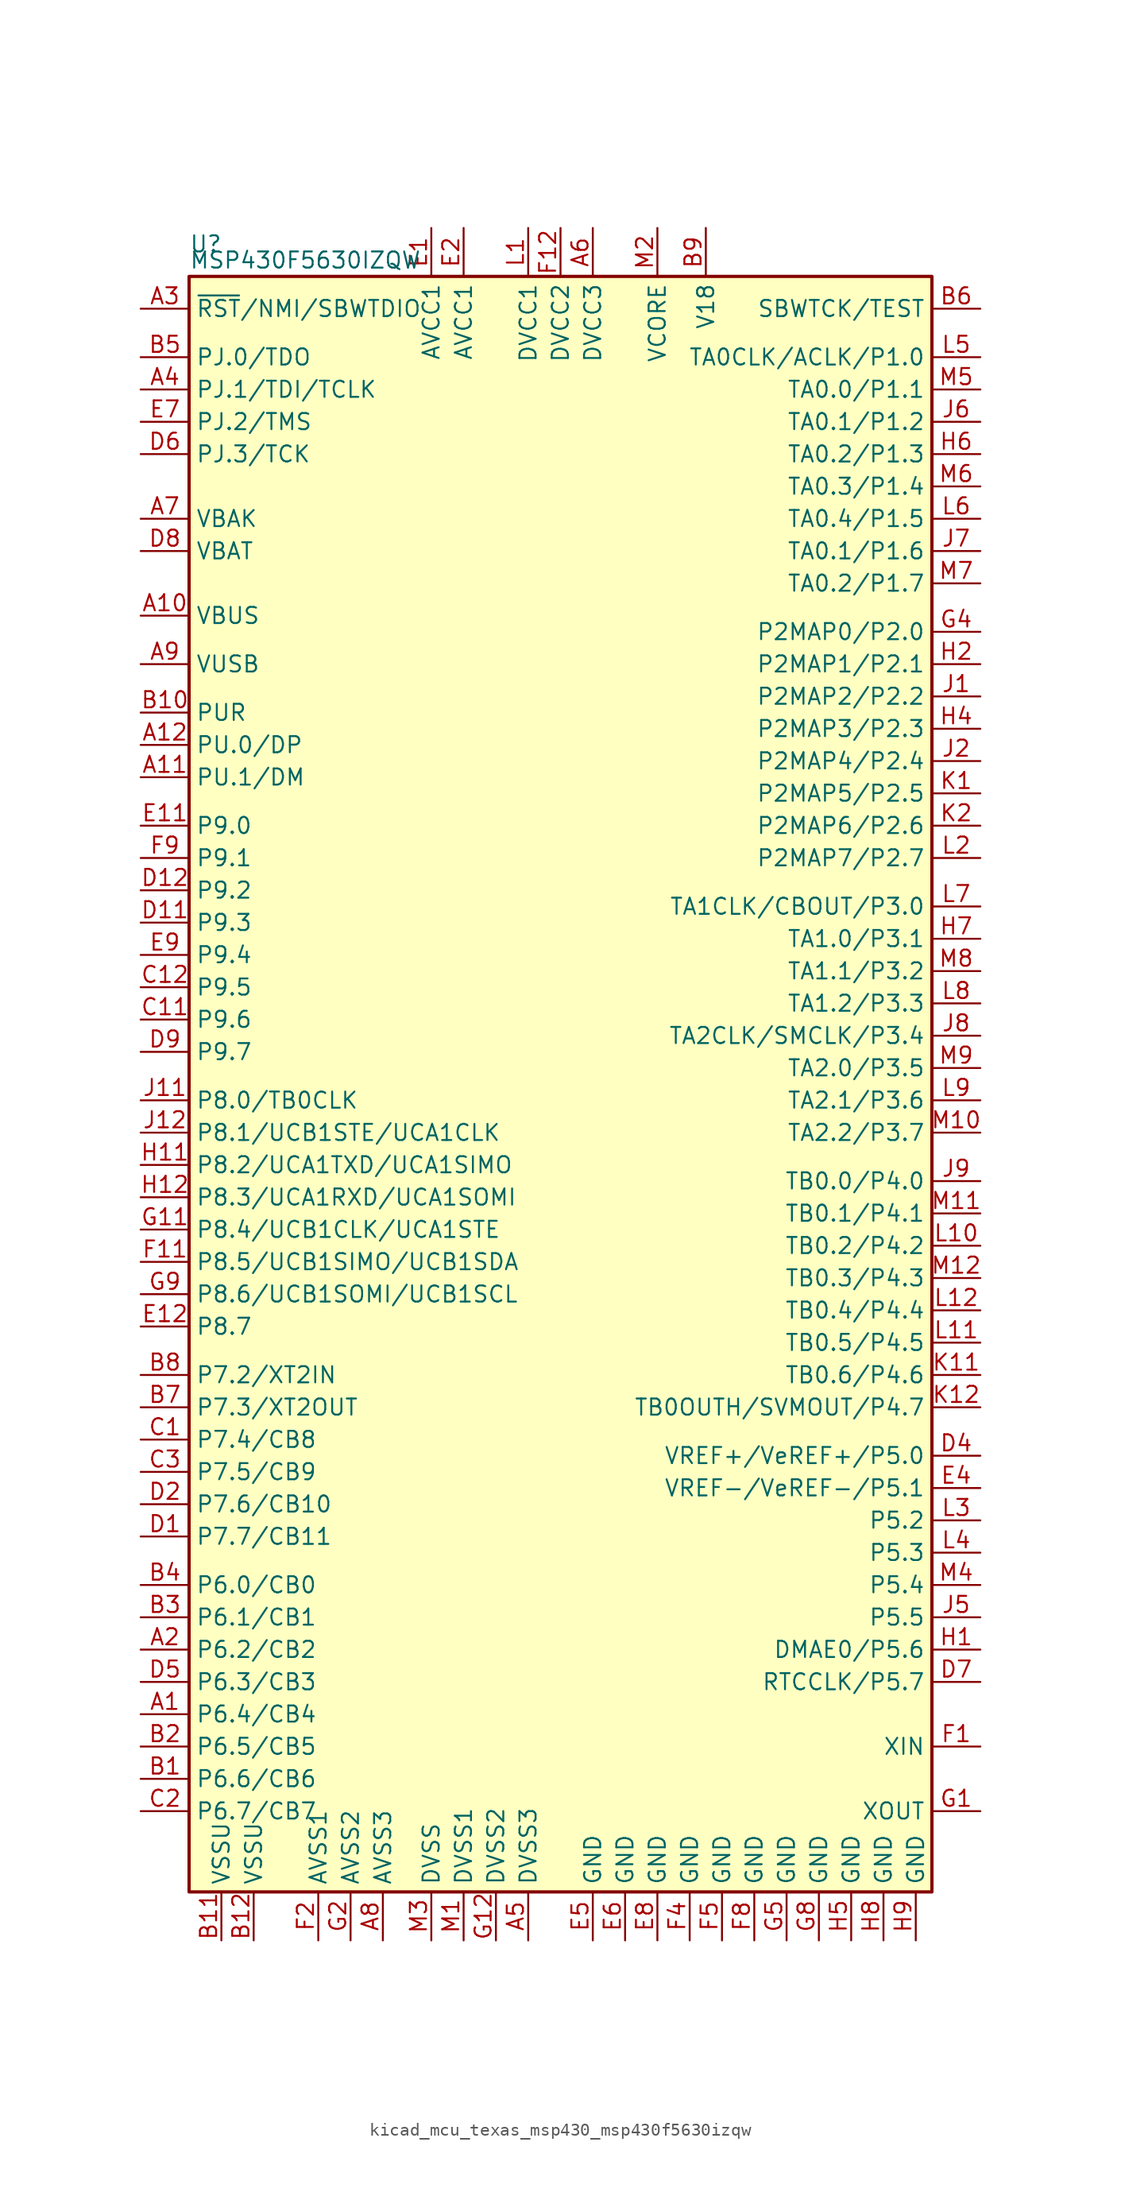
<source format=kicad_sym>
(kicad_symbol_lib
  (version 20220914)
  (generator kicad_symbol_editor)
  (symbol "kicad_mcu_texas_msp430_msp430f5630izqw"
    (property "Reference" "U"
      (at -29.21 66.04 0)
      (effects (font (size 1.27 1.27)) (justify left)))
    (property "Value" "MSP430F5630IZQW"
      (at -29.21 64.77 0)
      (effects (font (size 1.27 1.27)) (justify left)))
    (symbol "kicad_mcu_texas_msp430_msp430f5630izqw_0_1"
      (rectangle (start -29.21 63.5) (end 29.21 -63.5) (stroke (width 0.254) (type default)) (fill (type background))))
    (symbol "kicad_mcu_texas_msp430_msp430f5630izqw_1_1"
      (pin bidirectional line (at -33.02 -49.53 0) (length 3.81) (name "P6.4/CB4" (effects (font (size 1.27 1.27)))) (number "A1" (effects (font (size 1.27 1.27)))))
      (pin bidirectional line (at -33.02 36.83 0) (length 3.81) (name "VBUS" (effects (font (size 1.27 1.27)))) (number "A10" (effects (font (size 1.27 1.27)))))
      (pin bidirectional line (at -33.02 24.13 0) (length 3.81) (name "PU.1/DM" (effects (font (size 1.27 1.27)))) (number "A11" (effects (font (size 1.27 1.27)))))
      (pin bidirectional line (at -33.02 26.67 0) (length 3.81) (name "PU.0/DP" (effects (font (size 1.27 1.27)))) (number "A12" (effects (font (size 1.27 1.27)))))
      (pin bidirectional line (at -33.02 -44.45 0) (length 3.81) (name "P6.2/CB2" (effects (font (size 1.27 1.27)))) (number "A2" (effects (font (size 1.27 1.27)))))
      (pin input line (at -33.02 60.96 0) (length 3.81) (name "~{RST}/NMI/SBWTDIO" (effects (font (size 1.27 1.27)))) (number "A3" (effects (font (size 1.27 1.27)))))
      (pin bidirectional line (at -33.02 54.61 0) (length 3.81) (name "PJ.1/TDI/TCLK" (effects (font (size 1.27 1.27)))) (number "A4" (effects (font (size 1.27 1.27)))))
      (pin power_in line (at -2.54 -67.31 90) (length 3.81) (name "DVSS3" (effects (font (size 1.27 1.27)))) (number "A5" (effects (font (size 1.27 1.27)))))
      (pin power_in line (at 2.54 67.31 270) (length 3.81) (name "DVCC3" (effects (font (size 1.27 1.27)))) (number "A6" (effects (font (size 1.27 1.27)))))
      (pin bidirectional line (at -33.02 44.45 0) (length 3.81) (name "VBAK" (effects (font (size 1.27 1.27)))) (number "A7" (effects (font (size 1.27 1.27)))))
      (pin power_in line (at -13.97 -67.31 90) (length 3.81) (name "AVSS3" (effects (font (size 1.27 1.27)))) (number "A8" (effects (font (size 1.27 1.27)))))
      (pin bidirectional line (at -33.02 33.02 0) (length 3.81) (name "VUSB" (effects (font (size 1.27 1.27)))) (number "A9" (effects (font (size 1.27 1.27)))))
      (pin bidirectional line (at -33.02 -54.61 0) (length 3.81) (name "P6.6/CB6" (effects (font (size 1.27 1.27)))) (number "B1" (effects (font (size 1.27 1.27)))))
      (pin bidirectional line (at -33.02 29.21 0) (length 3.81) (name "PUR" (effects (font (size 1.27 1.27)))) (number "B10" (effects (font (size 1.27 1.27)))))
      (pin power_in line (at -26.67 -67.31 90) (length 3.81) (name "VSSU" (effects (font (size 1.27 1.27)))) (number "B11" (effects (font (size 1.27 1.27)))))
      (pin power_in line (at -24.13 -67.31 90) (length 3.81) (name "VSSU" (effects (font (size 1.27 1.27)))) (number "B12" (effects (font (size 1.27 1.27)))))
      (pin bidirectional line (at -33.02 -52.07 0) (length 3.81) (name "P6.5/CB5" (effects (font (size 1.27 1.27)))) (number "B2" (effects (font (size 1.27 1.27)))))
      (pin bidirectional line (at -33.02 -41.91 0) (length 3.81) (name "P6.1/CB1" (effects (font (size 1.27 1.27)))) (number "B3" (effects (font (size 1.27 1.27)))))
      (pin bidirectional line (at -33.02 -39.37 0) (length 3.81) (name "P6.0/CB0" (effects (font (size 1.27 1.27)))) (number "B4" (effects (font (size 1.27 1.27)))))
      (pin bidirectional line (at -33.02 57.15 0) (length 3.81) (name "PJ.0/TDO" (effects (font (size 1.27 1.27)))) (number "B5" (effects (font (size 1.27 1.27)))))
      (pin input line (at 33.02 60.96 180) (length 3.81) (name "SBWTCK/TEST" (effects (font (size 1.27 1.27)))) (number "B6" (effects (font (size 1.27 1.27)))))
      (pin bidirectional line (at -33.02 -25.4 0) (length 3.81) (name "P7.3/XT2OUT" (effects (font (size 1.27 1.27)))) (number "B7" (effects (font (size 1.27 1.27)))))
      (pin bidirectional line (at -33.02 -22.86 0) (length 3.81) (name "P7.2/XT2IN" (effects (font (size 1.27 1.27)))) (number "B8" (effects (font (size 1.27 1.27)))))
      (pin passive line (at 11.43 67.31 270) (length 3.81) (name "V18" (effects (font (size 1.27 1.27)))) (number "B9" (effects (font (size 1.27 1.27)))))
      (pin bidirectional line (at -33.02 -27.94 0) (length 3.81) (name "P7.4/CB8" (effects (font (size 1.27 1.27)))) (number "C1" (effects (font (size 1.27 1.27)))))
      (pin bidirectional line (at -33.02 5.08 0) (length 3.81) (name "P9.6" (effects (font (size 1.27 1.27)))) (number "C11" (effects (font (size 1.27 1.27)))))
      (pin bidirectional line (at -33.02 7.62 0) (length 3.81) (name "P9.5" (effects (font (size 1.27 1.27)))) (number "C12" (effects (font (size 1.27 1.27)))))
      (pin bidirectional line (at -33.02 -57.15 0) (length 3.81) (name "P6.7/CB7" (effects (font (size 1.27 1.27)))) (number "C2" (effects (font (size 1.27 1.27)))))
      (pin bidirectional line (at -33.02 -30.48 0) (length 3.81) (name "P7.5/CB9" (effects (font (size 1.27 1.27)))) (number "C3" (effects (font (size 1.27 1.27)))))
      (pin bidirectional line (at -33.02 -35.56 0) (length 3.81) (name "P7.7/CB11" (effects (font (size 1.27 1.27)))) (number "D1" (effects (font (size 1.27 1.27)))))
      (pin bidirectional line (at -33.02 12.7 0) (length 3.81) (name "P9.3" (effects (font (size 1.27 1.27)))) (number "D11" (effects (font (size 1.27 1.27)))))
      (pin bidirectional line (at -33.02 15.24 0) (length 3.81) (name "P9.2" (effects (font (size 1.27 1.27)))) (number "D12" (effects (font (size 1.27 1.27)))))
      (pin bidirectional line (at -33.02 -33.02 0) (length 3.81) (name "P7.6/CB10" (effects (font (size 1.27 1.27)))) (number "D2" (effects (font (size 1.27 1.27)))))
      (pin bidirectional line (at 33.02 -29.21 180) (length 3.81) (name "VREF+/VeREF+/P5.0" (effects (font (size 1.27 1.27)))) (number "D4" (effects (font (size 1.27 1.27)))))
      (pin bidirectional line (at -33.02 -46.99 0) (length 3.81) (name "P6.3/CB3" (effects (font (size 1.27 1.27)))) (number "D5" (effects (font (size 1.27 1.27)))))
      (pin bidirectional line (at -33.02 49.53 0) (length 3.81) (name "PJ.3/TCK" (effects (font (size 1.27 1.27)))) (number "D6" (effects (font (size 1.27 1.27)))))
      (pin bidirectional line (at 33.02 -46.99 180) (length 3.81) (name "RTCCLK/P5.7" (effects (font (size 1.27 1.27)))) (number "D7" (effects (font (size 1.27 1.27)))))
      (pin bidirectional line (at -33.02 41.91 0) (length 3.81) (name "VBAT" (effects (font (size 1.27 1.27)))) (number "D8" (effects (font (size 1.27 1.27)))))
      (pin bidirectional line (at -33.02 2.54 0) (length 3.81) (name "P9.7" (effects (font (size 1.27 1.27)))) (number "D9" (effects (font (size 1.27 1.27)))))
      (pin power_in line (at -10.16 67.31 270) (length 3.81) (name "AVCC1" (effects (font (size 1.27 1.27)))) (number "E1" (effects (font (size 1.27 1.27)))))
      (pin bidirectional line (at -33.02 20.32 0) (length 3.81) (name "P9.0" (effects (font (size 1.27 1.27)))) (number "E11" (effects (font (size 1.27 1.27)))))
      (pin bidirectional line (at -33.02 -19.05 0) (length 3.81) (name "P8.7" (effects (font (size 1.27 1.27)))) (number "E12" (effects (font (size 1.27 1.27)))))
      (pin power_in line (at -7.62 67.31 270) (length 3.81) (name "AVCC1" (effects (font (size 1.27 1.27)))) (number "E2" (effects (font (size 1.27 1.27)))))
      (pin bidirectional line (at 33.02 -31.75 180) (length 3.81) (name "VREF-/VeREF-/P5.1" (effects (font (size 1.27 1.27)))) (number "E4" (effects (font (size 1.27 1.27)))))
      (pin power_in line (at 2.54 -67.31 90) (length 3.81) (name "GND" (effects (font (size 1.27 1.27)))) (number "E5" (effects (font (size 1.27 1.27)))))
      (pin power_in line (at 5.08 -67.31 90) (length 3.81) (name "GND" (effects (font (size 1.27 1.27)))) (number "E6" (effects (font (size 1.27 1.27)))))
      (pin bidirectional line (at -33.02 52.07 0) (length 3.81) (name "PJ.2/TMS" (effects (font (size 1.27 1.27)))) (number "E7" (effects (font (size 1.27 1.27)))))
      (pin power_in line (at 7.62 -67.31 90) (length 3.81) (name "GND" (effects (font (size 1.27 1.27)))) (number "E8" (effects (font (size 1.27 1.27)))))
      (pin bidirectional line (at -33.02 10.16 0) (length 3.81) (name "P9.4" (effects (font (size 1.27 1.27)))) (number "E9" (effects (font (size 1.27 1.27)))))
      (pin bidirectional line (at 33.02 -52.07 180) (length 3.81) (name "XIN" (effects (font (size 1.27 1.27)))) (number "F1" (effects (font (size 1.27 1.27)))))
      (pin bidirectional line (at -33.02 -13.97 0) (length 3.81) (name "P8.5/UCB1SIMO/UCB1SDA" (effects (font (size 1.27 1.27)))) (number "F11" (effects (font (size 1.27 1.27)))))
      (pin power_in line (at 0 67.31 270) (length 3.81) (name "DVCC2" (effects (font (size 1.27 1.27)))) (number "F12" (effects (font (size 1.27 1.27)))))
      (pin power_in line (at -19.05 -67.31 90) (length 3.81) (name "AVSS1" (effects (font (size 1.27 1.27)))) (number "F2" (effects (font (size 1.27 1.27)))))
      (pin power_in line (at 10.16 -67.31 90) (length 3.81) (name "GND" (effects (font (size 1.27 1.27)))) (number "F4" (effects (font (size 1.27 1.27)))))
      (pin power_in line (at 12.7 -67.31 90) (length 3.81) (name "GND" (effects (font (size 1.27 1.27)))) (number "F5" (effects (font (size 1.27 1.27)))))
      (pin power_in line (at 15.24 -67.31 90) (length 3.81) (name "GND" (effects (font (size 1.27 1.27)))) (number "F8" (effects (font (size 1.27 1.27)))))
      (pin bidirectional line (at -33.02 17.78 0) (length 3.81) (name "P9.1" (effects (font (size 1.27 1.27)))) (number "F9" (effects (font (size 1.27 1.27)))))
      (pin bidirectional line (at 33.02 -57.15 180) (length 3.81) (name "XOUT" (effects (font (size 1.27 1.27)))) (number "G1" (effects (font (size 1.27 1.27)))))
      (pin bidirectional line (at -33.02 -11.43 0) (length 3.81) (name "P8.4/UCB1CLK/UCA1STE" (effects (font (size 1.27 1.27)))) (number "G11" (effects (font (size 1.27 1.27)))))
      (pin power_in line (at -5.08 -67.31 90) (length 3.81) (name "DVSS2" (effects (font (size 1.27 1.27)))) (number "G12" (effects (font (size 1.27 1.27)))))
      (pin power_in line (at -16.51 -67.31 90) (length 3.81) (name "AVSS2" (effects (font (size 1.27 1.27)))) (number "G2" (effects (font (size 1.27 1.27)))))
      (pin bidirectional line (at 33.02 35.56 180) (length 3.81) (name "P2MAP0/P2.0" (effects (font (size 1.27 1.27)))) (number "G4" (effects (font (size 1.27 1.27)))))
      (pin power_in line (at 17.78 -67.31 90) (length 3.81) (name "GND" (effects (font (size 1.27 1.27)))) (number "G5" (effects (font (size 1.27 1.27)))))
      (pin power_in line (at 20.32 -67.31 90) (length 3.81) (name "GND" (effects (font (size 1.27 1.27)))) (number "G8" (effects (font (size 1.27 1.27)))))
      (pin bidirectional line (at -33.02 -16.51 0) (length 3.81) (name "P8.6/UCB1SOMI/UCB1SCL" (effects (font (size 1.27 1.27)))) (number "G9" (effects (font (size 1.27 1.27)))))
      (pin bidirectional line (at 33.02 -44.45 180) (length 3.81) (name "DMAE0/P5.6" (effects (font (size 1.27 1.27)))) (number "H1" (effects (font (size 1.27 1.27)))))
      (pin bidirectional line (at -33.02 -6.35 0) (length 3.81) (name "P8.2/UCA1TXD/UCA1SIMO" (effects (font (size 1.27 1.27)))) (number "H11" (effects (font (size 1.27 1.27)))))
      (pin bidirectional line (at -33.02 -8.89 0) (length 3.81) (name "P8.3/UCA1RXD/UCA1SOMI" (effects (font (size 1.27 1.27)))) (number "H12" (effects (font (size 1.27 1.27)))))
      (pin bidirectional line (at 33.02 33.02 180) (length 3.81) (name "P2MAP1/P2.1" (effects (font (size 1.27 1.27)))) (number "H2" (effects (font (size 1.27 1.27)))))
      (pin bidirectional line (at 33.02 27.94 180) (length 3.81) (name "P2MAP3/P2.3" (effects (font (size 1.27 1.27)))) (number "H4" (effects (font (size 1.27 1.27)))))
      (pin power_in line (at 22.86 -67.31 90) (length 3.81) (name "GND" (effects (font (size 1.27 1.27)))) (number "H5" (effects (font (size 1.27 1.27)))))
      (pin bidirectional line (at 33.02 49.53 180) (length 3.81) (name "TA0.2/P1.3" (effects (font (size 1.27 1.27)))) (number "H6" (effects (font (size 1.27 1.27)))))
      (pin bidirectional line (at 33.02 11.43 180) (length 3.81) (name "TA1.0/P3.1" (effects (font (size 1.27 1.27)))) (number "H7" (effects (font (size 1.27 1.27)))))
      (pin power_in line (at 25.4 -67.31 90) (length 3.81) (name "GND" (effects (font (size 1.27 1.27)))) (number "H8" (effects (font (size 1.27 1.27)))))
      (pin power_in line (at 27.94 -67.31 90) (length 3.81) (name "GND" (effects (font (size 1.27 1.27)))) (number "H9" (effects (font (size 1.27 1.27)))))
      (pin bidirectional line (at 33.02 30.48 180) (length 3.81) (name "P2MAP2/P2.2" (effects (font (size 1.27 1.27)))) (number "J1" (effects (font (size 1.27 1.27)))))
      (pin bidirectional line (at -33.02 -1.27 0) (length 3.81) (name "P8.0/TB0CLK" (effects (font (size 1.27 1.27)))) (number "J11" (effects (font (size 1.27 1.27)))))
      (pin bidirectional line (at -33.02 -3.81 0) (length 3.81) (name "P8.1/UCB1STE/UCA1CLK" (effects (font (size 1.27 1.27)))) (number "J12" (effects (font (size 1.27 1.27)))))
      (pin bidirectional line (at 33.02 25.4 180) (length 3.81) (name "P2MAP4/P2.4" (effects (font (size 1.27 1.27)))) (number "J2" (effects (font (size 1.27 1.27)))))
      (pin bidirectional line (at 33.02 -41.91 180) (length 3.81) (name "P5.5" (effects (font (size 1.27 1.27)))) (number "J5" (effects (font (size 1.27 1.27)))))
      (pin bidirectional line (at 33.02 52.07 180) (length 3.81) (name "TA0.1/P1.2" (effects (font (size 1.27 1.27)))) (number "J6" (effects (font (size 1.27 1.27)))))
      (pin bidirectional line (at 33.02 41.91 180) (length 3.81) (name "TA0.1/P1.6" (effects (font (size 1.27 1.27)))) (number "J7" (effects (font (size 1.27 1.27)))))
      (pin bidirectional line (at 33.02 3.81 180) (length 3.81) (name "TA2CLK/SMCLK/P3.4" (effects (font (size 1.27 1.27)))) (number "J8" (effects (font (size 1.27 1.27)))))
      (pin bidirectional line (at 33.02 -7.62 180) (length 3.81) (name "TB0.0/P4.0" (effects (font (size 1.27 1.27)))) (number "J9" (effects (font (size 1.27 1.27)))))
      (pin bidirectional line (at 33.02 22.86 180) (length 3.81) (name "P2MAP5/P2.5" (effects (font (size 1.27 1.27)))) (number "K1" (effects (font (size 1.27 1.27)))))
      (pin bidirectional line (at 33.02 -22.86 180) (length 3.81) (name "TB0.6/P4.6" (effects (font (size 1.27 1.27)))) (number "K11" (effects (font (size 1.27 1.27)))))
      (pin bidirectional line (at 33.02 -25.4 180) (length 3.81) (name "TB0OUTH/SVMOUT/P4.7" (effects (font (size 1.27 1.27)))) (number "K12" (effects (font (size 1.27 1.27)))))
      (pin bidirectional line (at 33.02 20.32 180) (length 3.81) (name "P2MAP6/P2.6" (effects (font (size 1.27 1.27)))) (number "K2" (effects (font (size 1.27 1.27)))))
      (pin power_in line (at -2.54 67.31 270) (length 3.81) (name "DVCC1" (effects (font (size 1.27 1.27)))) (number "L1" (effects (font (size 1.27 1.27)))))
      (pin bidirectional line (at 33.02 -12.7 180) (length 3.81) (name "TB0.2/P4.2" (effects (font (size 1.27 1.27)))) (number "L10" (effects (font (size 1.27 1.27)))))
      (pin bidirectional line (at 33.02 -20.32 180) (length 3.81) (name "TB0.5/P4.5" (effects (font (size 1.27 1.27)))) (number "L11" (effects (font (size 1.27 1.27)))))
      (pin bidirectional line (at 33.02 -17.78 180) (length 3.81) (name "TB0.4/P4.4" (effects (font (size 1.27 1.27)))) (number "L12" (effects (font (size 1.27 1.27)))))
      (pin bidirectional line (at 33.02 17.78 180) (length 3.81) (name "P2MAP7/P2.7" (effects (font (size 1.27 1.27)))) (number "L2" (effects (font (size 1.27 1.27)))))
      (pin bidirectional line (at 33.02 -34.29 180) (length 3.81) (name "P5.2" (effects (font (size 1.27 1.27)))) (number "L3" (effects (font (size 1.27 1.27)))))
      (pin bidirectional line (at 33.02 -36.83 180) (length 3.81) (name "P5.3" (effects (font (size 1.27 1.27)))) (number "L4" (effects (font (size 1.27 1.27)))))
      (pin bidirectional line (at 33.02 57.15 180) (length 3.81) (name "TA0CLK/ACLK/P1.0" (effects (font (size 1.27 1.27)))) (number "L5" (effects (font (size 1.27 1.27)))))
      (pin bidirectional line (at 33.02 44.45 180) (length 3.81) (name "TA0.4/P1.5" (effects (font (size 1.27 1.27)))) (number "L6" (effects (font (size 1.27 1.27)))))
      (pin bidirectional line (at 33.02 13.97 180) (length 3.81) (name "TA1CLK/CBOUT/P3.0" (effects (font (size 1.27 1.27)))) (number "L7" (effects (font (size 1.27 1.27)))))
      (pin bidirectional line (at 33.02 6.35 180) (length 3.81) (name "TA1.2/P3.3" (effects (font (size 1.27 1.27)))) (number "L8" (effects (font (size 1.27 1.27)))))
      (pin bidirectional line (at 33.02 -1.27 180) (length 3.81) (name "TA2.1/P3.6" (effects (font (size 1.27 1.27)))) (number "L9" (effects (font (size 1.27 1.27)))))
      (pin power_in line (at -7.62 -67.31 90) (length 3.81) (name "DVSS1" (effects (font (size 1.27 1.27)))) (number "M1" (effects (font (size 1.27 1.27)))))
      (pin bidirectional line (at 33.02 -3.81 180) (length 3.81) (name "TA2.2/P3.7" (effects (font (size 1.27 1.27)))) (number "M10" (effects (font (size 1.27 1.27)))))
      (pin bidirectional line (at 33.02 -10.16 180) (length 3.81) (name "TB0.1/P4.1" (effects (font (size 1.27 1.27)))) (number "M11" (effects (font (size 1.27 1.27)))))
      (pin bidirectional line (at 33.02 -15.24 180) (length 3.81) (name "TB0.3/P4.3" (effects (font (size 1.27 1.27)))) (number "M12" (effects (font (size 1.27 1.27)))))
      (pin bidirectional line (at 7.62 67.31 270) (length 3.81) (name "VCORE" (effects (font (size 1.27 1.27)))) (number "M2" (effects (font (size 1.27 1.27)))))
      (pin power_in line (at -10.16 -67.31 90) (length 3.81) (name "DVSS" (effects (font (size 1.27 1.27)))) (number "M3" (effects (font (size 1.27 1.27)))))
      (pin bidirectional line (at 33.02 -39.37 180) (length 3.81) (name "P5.4" (effects (font (size 1.27 1.27)))) (number "M4" (effects (font (size 1.27 1.27)))))
      (pin bidirectional line (at 33.02 54.61 180) (length 3.81) (name "TA0.0/P1.1" (effects (font (size 1.27 1.27)))) (number "M5" (effects (font (size 1.27 1.27)))))
      (pin bidirectional line (at 33.02 46.99 180) (length 3.81) (name "TA0.3/P1.4" (effects (font (size 1.27 1.27)))) (number "M6" (effects (font (size 1.27 1.27)))))
      (pin bidirectional line (at 33.02 39.37 180) (length 3.81) (name "TA0.2/P1.7" (effects (font (size 1.27 1.27)))) (number "M7" (effects (font (size 1.27 1.27)))))
      (pin bidirectional line (at 33.02 8.89 180) (length 3.81) (name "TA1.1/P3.2" (effects (font (size 1.27 1.27)))) (number "M8" (effects (font (size 1.27 1.27)))))
      (pin bidirectional line (at 33.02 1.27 180) (length 3.81) (name "TA2.0/P3.5" (effects (font (size 1.27 1.27)))) (number "M9" (effects (font (size 1.27 1.27))))))))
</source>
